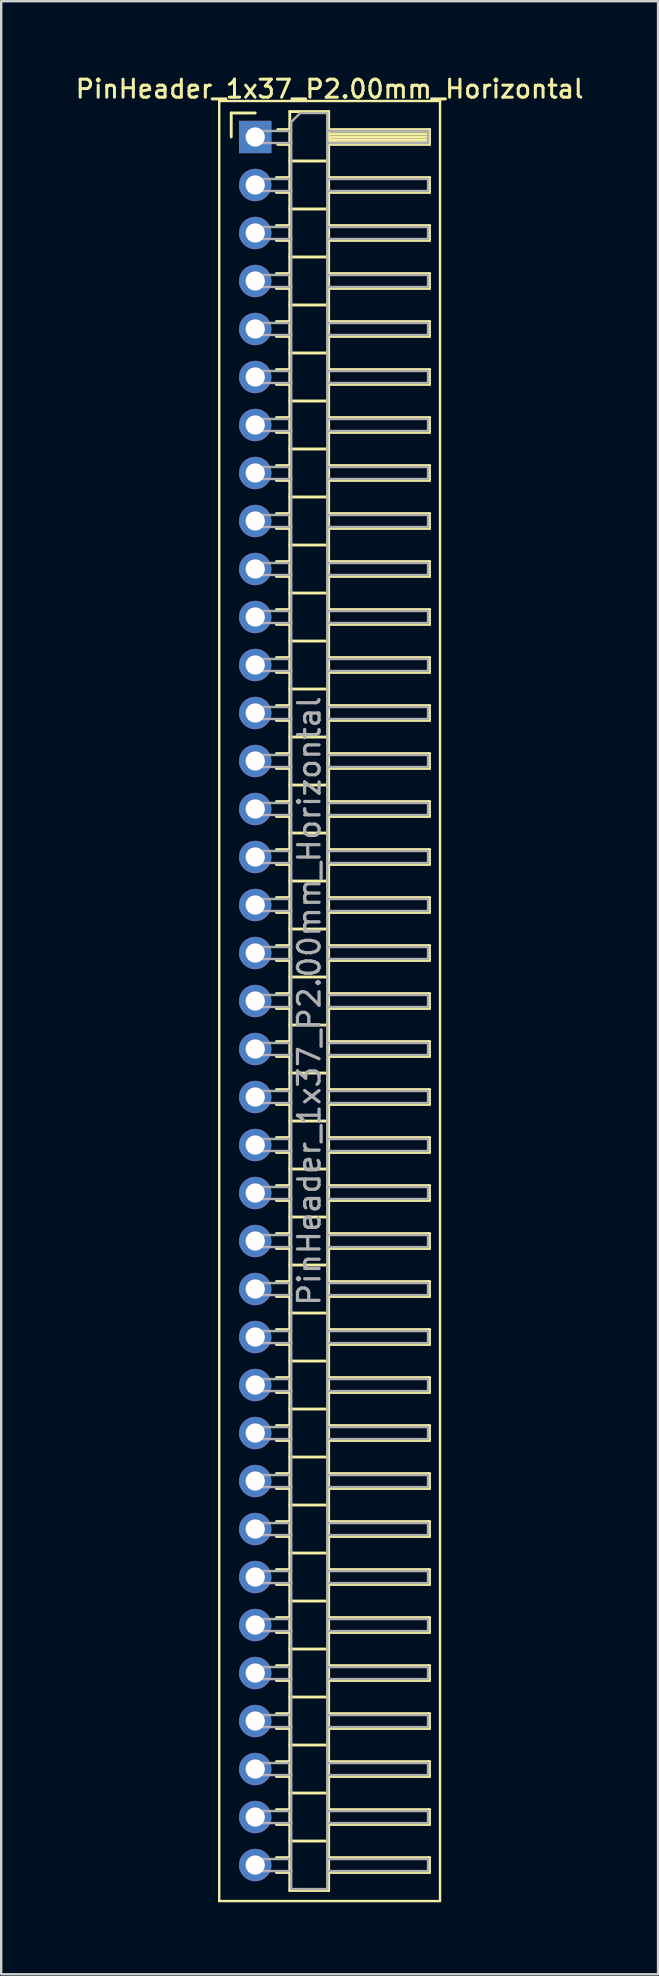
<source format=kicad_pcb>
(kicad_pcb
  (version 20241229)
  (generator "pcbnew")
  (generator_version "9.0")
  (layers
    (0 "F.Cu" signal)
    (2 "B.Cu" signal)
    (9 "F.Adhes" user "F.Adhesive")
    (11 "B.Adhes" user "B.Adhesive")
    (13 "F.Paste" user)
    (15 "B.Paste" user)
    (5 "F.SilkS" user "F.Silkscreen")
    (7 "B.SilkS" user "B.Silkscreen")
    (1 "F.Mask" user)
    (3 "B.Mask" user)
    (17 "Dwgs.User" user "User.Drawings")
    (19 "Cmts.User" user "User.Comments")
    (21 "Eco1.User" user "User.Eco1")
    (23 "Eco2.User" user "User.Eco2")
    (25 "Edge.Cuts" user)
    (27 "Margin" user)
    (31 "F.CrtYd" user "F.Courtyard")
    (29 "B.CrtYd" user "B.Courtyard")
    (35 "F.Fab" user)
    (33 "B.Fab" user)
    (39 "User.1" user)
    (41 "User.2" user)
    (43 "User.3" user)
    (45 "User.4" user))
  (footprint "PinHeader_1x37_P2.00mm_Horizontal"
    (layer "F.Cu")
    (at 7.584 2.658)
    (property "Reference" "PinHeader_1x37_P2.00mm_Horizontal" (at 3.1 -2 0) (layer "F.SilkS") (effects (font (size 0.75 0.75) (thickness 0.125))))
    (attr through_hole)
    (fp_line (start -1.5 -1.5) (end -1.5 73.5) (stroke (width 0.1) (type solid)) (layer "F.SilkS"))
    (fp_line (start -1.5 73.5) (end 7.7 73.5) (stroke (width 0.1) (type solid)) (layer "F.SilkS"))
    (fp_line (start -1 -1) (end 0 -1) (stroke (width 0.12) (type solid)) (layer "F.SilkS"))
    (fp_line (start -1 0) (end -1 -1) (stroke (width 0.12) (type solid)) (layer "F.SilkS"))
    (fp_line (start 0.882 1.69) (end 1.44 1.69) (stroke (width 0.12) (type solid)) (layer "F.SilkS"))
    (fp_line (start 0.882 2.31) (end 1.44 2.31) (stroke (width 0.12) (type solid)) (layer "F.SilkS"))
    (fp_line (start 0.882 3.69) (end 1.44 3.69) (stroke (width 0.12) (type solid)) (layer "F.SilkS"))
    (fp_line (start 0.882 4.31) (end 1.44 4.31) (stroke (width 0.12) (type solid)) (layer "F.SilkS"))
    (fp_line (start 0.882 5.69) (end 1.44 5.69) (stroke (width 0.12) (type solid)) (layer "F.SilkS"))
    (fp_line (start 0.882 6.31) (end 1.44 6.31) (stroke (width 0.12) (type solid)) (layer "F.SilkS"))
    (fp_line (start 0.882 7.69) (end 1.44 7.69) (stroke (width 0.12) (type solid)) (layer "F.SilkS"))
    (fp_line (start 0.882 8.31) (end 1.44 8.31) (stroke (width 0.12) (type solid)) (layer "F.SilkS"))
    (fp_line (start 0.882 9.69) (end 1.44 9.69) (stroke (width 0.12) (type solid)) (layer "F.SilkS"))
    (fp_line (start 0.882 10.31) (end 1.44 10.31) (stroke (width 0.12) (type solid)) (layer "F.SilkS"))
    (fp_line (start 0.882 11.69) (end 1.44 11.69) (stroke (width 0.12) (type solid)) (layer "F.SilkS"))
    (fp_line (start 0.882 12.31) (end 1.44 12.31) (stroke (width 0.12) (type solid)) (layer "F.SilkS"))
    (fp_line (start 0.882 13.69) (end 1.44 13.69) (stroke (width 0.12) (type solid)) (layer "F.SilkS"))
    (fp_line (start 0.882 14.31) (end 1.44 14.31) (stroke (width 0.12) (type solid)) (layer "F.SilkS"))
    (fp_line (start 0.882 15.69) (end 1.44 15.69) (stroke (width 0.12) (type solid)) (layer "F.SilkS"))
    (fp_line (start 0.882 16.31) (end 1.44 16.31) (stroke (width 0.12) (type solid)) (layer "F.SilkS"))
    (fp_line (start 0.882 17.69) (end 1.44 17.69) (stroke (width 0.12) (type solid)) (layer "F.SilkS"))
    (fp_line (start 0.882 18.31) (end 1.44 18.31) (stroke (width 0.12) (type solid)) (layer "F.SilkS"))
    (fp_line (start 0.882 19.69) (end 1.44 19.69) (stroke (width 0.12) (type solid)) (layer "F.SilkS"))
    (fp_line (start 0.882 20.31) (end 1.44 20.31) (stroke (width 0.12) (type solid)) (layer "F.SilkS"))
    (fp_line (start 0.882 21.69) (end 1.44 21.69) (stroke (width 0.12) (type solid)) (layer "F.SilkS"))
    (fp_line (start 0.882 22.31) (end 1.44 22.31) (stroke (width 0.12) (type solid)) (layer "F.SilkS"))
    (fp_line (start 0.882 23.69) (end 1.44 23.69) (stroke (width 0.12) (type solid)) (layer "F.SilkS"))
    (fp_line (start 0.882 24.31) (end 1.44 24.31) (stroke (width 0.12) (type solid)) (layer "F.SilkS"))
    (fp_line (start 0.882 25.69) (end 1.44 25.69) (stroke (width 0.12) (type solid)) (layer "F.SilkS"))
    (fp_line (start 0.882 26.31) (end 1.44 26.31) (stroke (width 0.12) (type solid)) (layer "F.SilkS"))
    (fp_line (start 0.882 27.69) (end 1.44 27.69) (stroke (width 0.12) (type solid)) (layer "F.SilkS"))
    (fp_line (start 0.882 28.31) (end 1.44 28.31) (stroke (width 0.12) (type solid)) (layer "F.SilkS"))
    (fp_line (start 0.882 29.69) (end 1.44 29.69) (stroke (width 0.12) (type solid)) (layer "F.SilkS"))
    (fp_line (start 0.882 30.31) (end 1.44 30.31) (stroke (width 0.12) (type solid)) (layer "F.SilkS"))
    (fp_line (start 0.882 31.69) (end 1.44 31.69) (stroke (width 0.12) (type solid)) (layer "F.SilkS"))
    (fp_line (start 0.882 32.31) (end 1.44 32.31) (stroke (width 0.12) (type solid)) (layer "F.SilkS"))
    (fp_line (start 0.882 33.69) (end 1.44 33.69) (stroke (width 0.12) (type solid)) (layer "F.SilkS"))
    (fp_line (start 0.882 34.31) (end 1.44 34.31) (stroke (width 0.12) (type solid)) (layer "F.SilkS"))
    (fp_line (start 0.882 35.69) (end 1.44 35.69) (stroke (width 0.12) (type solid)) (layer "F.SilkS"))
    (fp_line (start 0.882 36.31) (end 1.44 36.31) (stroke (width 0.12) (type solid)) (layer "F.SilkS"))
    (fp_line (start 0.882 37.69) (end 1.44 37.69) (stroke (width 0.12) (type solid)) (layer "F.SilkS"))
    (fp_line (start 0.882 38.31) (end 1.44 38.31) (stroke (width 0.12) (type solid)) (layer "F.SilkS"))
    (fp_line (start 0.882 39.69) (end 1.44 39.69) (stroke (width 0.12) (type solid)) (layer "F.SilkS"))
    (fp_line (start 0.882 40.31) (end 1.44 40.31) (stroke (width 0.12) (type solid)) (layer "F.SilkS"))
    (fp_line (start 0.882 41.69) (end 1.44 41.69) (stroke (width 0.12) (type solid)) (layer "F.SilkS"))
    (fp_line (start 0.882 42.31) (end 1.44 42.31) (stroke (width 0.12) (type solid)) (layer "F.SilkS"))
    (fp_line (start 0.882 43.69) (end 1.44 43.69) (stroke (width 0.12) (type solid)) (layer "F.SilkS"))
    (fp_line (start 0.882 44.31) (end 1.44 44.31) (stroke (width 0.12) (type solid)) (layer "F.SilkS"))
    (fp_line (start 0.882 45.69) (end 1.44 45.69) (stroke (width 0.12) (type solid)) (layer "F.SilkS"))
    (fp_line (start 0.882 46.31) (end 1.44 46.31) (stroke (width 0.12) (type solid)) (layer "F.SilkS"))
    (fp_line (start 0.882 47.69) (end 1.44 47.69) (stroke (width 0.12) (type solid)) (layer "F.SilkS"))
    (fp_line (start 0.882 48.31) (end 1.44 48.31) (stroke (width 0.12) (type solid)) (layer "F.SilkS"))
    (fp_line (start 0.882 49.69) (end 1.44 49.69) (stroke (width 0.12) (type solid)) (layer "F.SilkS"))
    (fp_line (start 0.882 50.31) (end 1.44 50.31) (stroke (width 0.12) (type solid)) (layer "F.SilkS"))
    (fp_line (start 0.882 51.69) (end 1.44 51.69) (stroke (width 0.12) (type solid)) (layer "F.SilkS"))
    (fp_line (start 0.882 52.31) (end 1.44 52.31) (stroke (width 0.12) (type solid)) (layer "F.SilkS"))
    (fp_line (start 0.882 53.69) (end 1.44 53.69) (stroke (width 0.12) (type solid)) (layer "F.SilkS"))
    (fp_line (start 0.882 54.31) (end 1.44 54.31) (stroke (width 0.12) (type solid)) (layer "F.SilkS"))
    (fp_line (start 0.882 55.69) (end 1.44 55.69) (stroke (width 0.12) (type solid)) (layer "F.SilkS"))
    (fp_line (start 0.882 56.31) (end 1.44 56.31) (stroke (width 0.12) (type solid)) (layer "F.SilkS"))
    (fp_line (start 0.882 57.69) (end 1.44 57.69) (stroke (width 0.12) (type solid)) (layer "F.SilkS"))
    (fp_line (start 0.882 58.31) (end 1.44 58.31) (stroke (width 0.12) (type solid)) (layer "F.SilkS"))
    (fp_line (start 0.882 59.69) (end 1.44 59.69) (stroke (width 0.12) (type solid)) (layer "F.SilkS"))
    (fp_line (start 0.882 60.31) (end 1.44 60.31) (stroke (width 0.12) (type solid)) (layer "F.SilkS"))
    (fp_line (start 0.882 61.69) (end 1.44 61.69) (stroke (width 0.12) (type solid)) (layer "F.SilkS"))
    (fp_line (start 0.882 62.31) (end 1.44 62.31) (stroke (width 0.12) (type solid)) (layer "F.SilkS"))
    (fp_line (start 0.882 63.69) (end 1.44 63.69) (stroke (width 0.12) (type solid)) (layer "F.SilkS"))
    (fp_line (start 0.882 64.31) (end 1.44 64.31) (stroke (width 0.12) (type solid)) (layer "F.SilkS"))
    (fp_line (start 0.882 65.69) (end 1.44 65.69) (stroke (width 0.12) (type solid)) (layer "F.SilkS"))
    (fp_line (start 0.882 66.31) (end 1.44 66.31) (stroke (width 0.12) (type solid)) (layer "F.SilkS"))
    (fp_line (start 0.882 67.69) (end 1.44 67.69) (stroke (width 0.12) (type solid)) (layer "F.SilkS"))
    (fp_line (start 0.882 68.31) (end 1.44 68.31) (stroke (width 0.12) (type solid)) (layer "F.SilkS"))
    (fp_line (start 0.882 69.69) (end 1.44 69.69) (stroke (width 0.12) (type solid)) (layer "F.SilkS"))
    (fp_line (start 0.882 70.31) (end 1.44 70.31) (stroke (width 0.12) (type solid)) (layer "F.SilkS"))
    (fp_line (start 0.882 71.69) (end 1.44 71.69) (stroke (width 0.12) (type solid)) (layer "F.SilkS"))
    (fp_line (start 0.882 72.31) (end 1.44 72.31) (stroke (width 0.12) (type solid)) (layer "F.SilkS"))
    (fp_line (start 0.935 -0.31) (end 1.44 -0.31) (stroke (width 0.12) (type solid)) (layer "F.SilkS"))
    (fp_line (start 0.935 0.31) (end 1.44 0.31) (stroke (width 0.12) (type solid)) (layer "F.SilkS"))
    (fp_line (start 1.44 -1.06) (end 1.44 73.06) (stroke (width 0.12) (type solid)) (layer "F.SilkS"))
    (fp_line (start 1.44 1) (end 3.06 1) (stroke (width 0.12) (type solid)) (layer "F.SilkS"))
    (fp_line (start 1.44 3) (end 3.06 3) (stroke (width 0.12) (type solid)) (layer "F.SilkS"))
    (fp_line (start 1.44 5) (end 3.06 5) (stroke (width 0.12) (type solid)) (layer "F.SilkS"))
    (fp_line (start 1.44 7) (end 3.06 7) (stroke (width 0.12) (type solid)) (layer "F.SilkS"))
    (fp_line (start 1.44 9) (end 3.06 9) (stroke (width 0.12) (type solid)) (layer "F.SilkS"))
    (fp_line (start 1.44 11) (end 3.06 11) (stroke (width 0.12) (type solid)) (layer "F.SilkS"))
    (fp_line (start 1.44 13) (end 3.06 13) (stroke (width 0.12) (type solid)) (layer "F.SilkS"))
    (fp_line (start 1.44 15) (end 3.06 15) (stroke (width 0.12) (type solid)) (layer "F.SilkS"))
    (fp_line (start 1.44 17) (end 3.06 17) (stroke (width 0.12) (type solid)) (layer "F.SilkS"))
    (fp_line (start 1.44 19) (end 3.06 19) (stroke (width 0.12) (type solid)) (layer "F.SilkS"))
    (fp_line (start 1.44 21) (end 3.06 21) (stroke (width 0.12) (type solid)) (layer "F.SilkS"))
    (fp_line (start 1.44 23) (end 3.06 23) (stroke (width 0.12) (type solid)) (layer "F.SilkS"))
    (fp_line (start 1.44 25) (end 3.06 25) (stroke (width 0.12) (type solid)) (layer "F.SilkS"))
    (fp_line (start 1.44 27) (end 3.06 27) (stroke (width 0.12) (type solid)) (layer "F.SilkS"))
    (fp_line (start 1.44 29) (end 3.06 29) (stroke (width 0.12) (type solid)) (layer "F.SilkS"))
    (fp_line (start 1.44 31) (end 3.06 31) (stroke (width 0.12) (type solid)) (layer "F.SilkS"))
    (fp_line (start 1.44 33) (end 3.06 33) (stroke (width 0.12) (type solid)) (layer "F.SilkS"))
    (fp_line (start 1.44 35) (end 3.06 35) (stroke (width 0.12) (type solid)) (layer "F.SilkS"))
    (fp_line (start 1.44 37) (end 3.06 37) (stroke (width 0.12) (type solid)) (layer "F.SilkS"))
    (fp_line (start 1.44 39) (end 3.06 39) (stroke (width 0.12) (type solid)) (layer "F.SilkS"))
    (fp_line (start 1.44 41) (end 3.06 41) (stroke (width 0.12) (type solid)) (layer "F.SilkS"))
    (fp_line (start 1.44 43) (end 3.06 43) (stroke (width 0.12) (type solid)) (layer "F.SilkS"))
    (fp_line (start 1.44 45) (end 3.06 45) (stroke (width 0.12) (type solid)) (layer "F.SilkS"))
    (fp_line (start 1.44 47) (end 3.06 47) (stroke (width 0.12) (type solid)) (layer "F.SilkS"))
    (fp_line (start 1.44 49) (end 3.06 49) (stroke (width 0.12) (type solid)) (layer "F.SilkS"))
    (fp_line (start 1.44 51) (end 3.06 51) (stroke (width 0.12) (type solid)) (layer "F.SilkS"))
    (fp_line (start 1.44 53) (end 3.06 53) (stroke (width 0.12) (type solid)) (layer "F.SilkS"))
    (fp_line (start 1.44 55) (end 3.06 55) (stroke (width 0.12) (type solid)) (layer "F.SilkS"))
    (fp_line (start 1.44 57) (end 3.06 57) (stroke (width 0.12) (type solid)) (layer "F.SilkS"))
    (fp_line (start 1.44 59) (end 3.06 59) (stroke (width 0.12) (type solid)) (layer "F.SilkS"))
    (fp_line (start 1.44 61) (end 3.06 61) (stroke (width 0.12) (type solid)) (layer "F.SilkS"))
    (fp_line (start 1.44 63) (end 3.06 63) (stroke (width 0.12) (type solid)) (layer "F.SilkS"))
    (fp_line (start 1.44 65) (end 3.06 65) (stroke (width 0.12) (type solid)) (layer "F.SilkS"))
    (fp_line (start 1.44 67) (end 3.06 67) (stroke (width 0.12) (type solid)) (layer "F.SilkS"))
    (fp_line (start 1.44 69) (end 3.06 69) (stroke (width 0.12) (type solid)) (layer "F.SilkS"))
    (fp_line (start 1.44 71) (end 3.06 71) (stroke (width 0.12) (type solid)) (layer "F.SilkS"))
    (fp_line (start 1.44 73.06) (end 3.06 73.06) (stroke (width 0.12) (type solid)) (layer "F.SilkS"))
    (fp_line (start 3.06 -1.06) (end 1.44 -1.06) (stroke (width 0.12) (type solid)) (layer "F.SilkS"))
    (fp_line (start 3.06 -0.31) (end 7.26 -0.31) (stroke (width 0.12) (type solid)) (layer "F.SilkS"))
    (fp_line (start 3.06 -0.25) (end 7.26 -0.25) (stroke (width 0.12) (type solid)) (layer "F.SilkS"))
    (fp_line (start 3.06 -0.13) (end 7.26 -0.13) (stroke (width 0.12) (type solid)) (layer "F.SilkS"))
    (fp_line (start 3.06 -0.01) (end 7.26 -0.01) (stroke (width 0.12) (type solid)) (layer "F.SilkS"))
    (fp_line (start 3.06 0.11) (end 7.26 0.11) (stroke (width 0.12) (type solid)) (layer "F.SilkS"))
    (fp_line (start 3.06 0.23) (end 7.26 0.23) (stroke (width 0.12) (type solid)) (layer "F.SilkS"))
    (fp_line (start 3.06 1.69) (end 7.26 1.69) (stroke (width 0.12) (type solid)) (layer "F.SilkS"))
    (fp_line (start 3.06 3.69) (end 7.26 3.69) (stroke (width 0.12) (type solid)) (layer "F.SilkS"))
    (fp_line (start 3.06 5.69) (end 7.26 5.69) (stroke (width 0.12) (type solid)) (layer "F.SilkS"))
    (fp_line (start 3.06 7.69) (end 7.26 7.69) (stroke (width 0.12) (type solid)) (layer "F.SilkS"))
    (fp_line (start 3.06 9.69) (end 7.26 9.69) (stroke (width 0.12) (type solid)) (layer "F.SilkS"))
    (fp_line (start 3.06 11.69) (end 7.26 11.69) (stroke (width 0.12) (type solid)) (layer "F.SilkS"))
    (fp_line (start 3.06 13.69) (end 7.26 13.69) (stroke (width 0.12) (type solid)) (layer "F.SilkS"))
    (fp_line (start 3.06 15.69) (end 7.26 15.69) (stroke (width 0.12) (type solid)) (layer "F.SilkS"))
    (fp_line (start 3.06 17.69) (end 7.26 17.69) (stroke (width 0.12) (type solid)) (layer "F.SilkS"))
    (fp_line (start 3.06 19.69) (end 7.26 19.69) (stroke (width 0.12) (type solid)) (layer "F.SilkS"))
    (fp_line (start 3.06 21.69) (end 7.26 21.69) (stroke (width 0.12) (type solid)) (layer "F.SilkS"))
    (fp_line (start 3.06 23.69) (end 7.26 23.69) (stroke (width 0.12) (type solid)) (layer "F.SilkS"))
    (fp_line (start 3.06 25.69) (end 7.26 25.69) (stroke (width 0.12) (type solid)) (layer "F.SilkS"))
    (fp_line (start 3.06 27.69) (end 7.26 27.69) (stroke (width 0.12) (type solid)) (layer "F.SilkS"))
    (fp_line (start 3.06 29.69) (end 7.26 29.69) (stroke (width 0.12) (type solid)) (layer "F.SilkS"))
    (fp_line (start 3.06 31.69) (end 7.26 31.69) (stroke (width 0.12) (type solid)) (layer "F.SilkS"))
    (fp_line (start 3.06 33.69) (end 7.26 33.69) (stroke (width 0.12) (type solid)) (layer "F.SilkS"))
    (fp_line (start 3.06 35.69) (end 7.26 35.69) (stroke (width 0.12) (type solid)) (layer "F.SilkS"))
    (fp_line (start 3.06 37.69) (end 7.26 37.69) (stroke (width 0.12) (type solid)) (layer "F.SilkS"))
    (fp_line (start 3.06 39.69) (end 7.26 39.69) (stroke (width 0.12) (type solid)) (layer "F.SilkS"))
    (fp_line (start 3.06 41.69) (end 7.26 41.69) (stroke (width 0.12) (type solid)) (layer "F.SilkS"))
    (fp_line (start 3.06 43.69) (end 7.26 43.69) (stroke (width 0.12) (type solid)) (layer "F.SilkS"))
    (fp_line (start 3.06 45.69) (end 7.26 45.69) (stroke (width 0.12) (type solid)) (layer "F.SilkS"))
    (fp_line (start 3.06 47.69) (end 7.26 47.69) (stroke (width 0.12) (type solid)) (layer "F.SilkS"))
    (fp_line (start 3.06 49.69) (end 7.26 49.69) (stroke (width 0.12) (type solid)) (layer "F.SilkS"))
    (fp_line (start 3.06 51.69) (end 7.26 51.69) (stroke (width 0.12) (type solid)) (layer "F.SilkS"))
    (fp_line (start 3.06 53.69) (end 7.26 53.69) (stroke (width 0.12) (type solid)) (layer "F.SilkS"))
    (fp_line (start 3.06 55.69) (end 7.26 55.69) (stroke (width 0.12) (type solid)) (layer "F.SilkS"))
    (fp_line (start 3.06 57.69) (end 7.26 57.69) (stroke (width 0.12) (type solid)) (layer "F.SilkS"))
    (fp_line (start 3.06 59.69) (end 7.26 59.69) (stroke (width 0.12) (type solid)) (layer "F.SilkS"))
    (fp_line (start 3.06 61.69) (end 7.26 61.69) (stroke (width 0.12) (type solid)) (layer "F.SilkS"))
    (fp_line (start 3.06 63.69) (end 7.26 63.69) (stroke (width 0.12) (type solid)) (layer "F.SilkS"))
    (fp_line (start 3.06 65.69) (end 7.26 65.69) (stroke (width 0.12) (type solid)) (layer "F.SilkS"))
    (fp_line (start 3.06 67.69) (end 7.26 67.69) (stroke (width 0.12) (type solid)) (layer "F.SilkS"))
    (fp_line (start 3.06 69.69) (end 7.26 69.69) (stroke (width 0.12) (type solid)) (layer "F.SilkS"))
    (fp_line (start 3.06 71.69) (end 7.26 71.69) (stroke (width 0.12) (type solid)) (layer "F.SilkS"))
    (fp_line (start 3.06 73.06) (end 3.06 -1.06) (stroke (width 0.12) (type solid)) (layer "F.SilkS"))
    (fp_line (start 7.26 -0.31) (end 7.26 0.31) (stroke (width 0.12) (type solid)) (layer "F.SilkS"))
    (fp_line (start 7.26 0.31) (end 3.06 0.31) (stroke (width 0.12) (type solid)) (layer "F.SilkS"))
    (fp_line (start 7.26 1.69) (end 7.26 2.31) (stroke (width 0.12) (type solid)) (layer "F.SilkS"))
    (fp_line (start 7.26 2.31) (end 3.06 2.31) (stroke (width 0.12) (type solid)) (layer "F.SilkS"))
    (fp_line (start 7.26 3.69) (end 7.26 4.31) (stroke (width 0.12) (type solid)) (layer "F.SilkS"))
    (fp_line (start 7.26 4.31) (end 3.06 4.31) (stroke (width 0.12) (type solid)) (layer "F.SilkS"))
    (fp_line (start 7.26 5.69) (end 7.26 6.31) (stroke (width 0.12) (type solid)) (layer "F.SilkS"))
    (fp_line (start 7.26 6.31) (end 3.06 6.31) (stroke (width 0.12) (type solid)) (layer "F.SilkS"))
    (fp_line (start 7.26 7.69) (end 7.26 8.31) (stroke (width 0.12) (type solid)) (layer "F.SilkS"))
    (fp_line (start 7.26 8.31) (end 3.06 8.31) (stroke (width 0.12) (type solid)) (layer "F.SilkS"))
    (fp_line (start 7.26 9.69) (end 7.26 10.31) (stroke (width 0.12) (type solid)) (layer "F.SilkS"))
    (fp_line (start 7.26 10.31) (end 3.06 10.31) (stroke (width 0.12) (type solid)) (layer "F.SilkS"))
    (fp_line (start 7.26 11.69) (end 7.26 12.31) (stroke (width 0.12) (type solid)) (layer "F.SilkS"))
    (fp_line (start 7.26 12.31) (end 3.06 12.31) (stroke (width 0.12) (type solid)) (layer "F.SilkS"))
    (fp_line (start 7.26 13.69) (end 7.26 14.31) (stroke (width 0.12) (type solid)) (layer "F.SilkS"))
    (fp_line (start 7.26 14.31) (end 3.06 14.31) (stroke (width 0.12) (type solid)) (layer "F.SilkS"))
    (fp_line (start 7.26 15.69) (end 7.26 16.31) (stroke (width 0.12) (type solid)) (layer "F.SilkS"))
    (fp_line (start 7.26 16.31) (end 3.06 16.31) (stroke (width 0.12) (type solid)) (layer "F.SilkS"))
    (fp_line (start 7.26 17.69) (end 7.26 18.31) (stroke (width 0.12) (type solid)) (layer "F.SilkS"))
    (fp_line (start 7.26 18.31) (end 3.06 18.31) (stroke (width 0.12) (type solid)) (layer "F.SilkS"))
    (fp_line (start 7.26 19.69) (end 7.26 20.31) (stroke (width 0.12) (type solid)) (layer "F.SilkS"))
    (fp_line (start 7.26 20.31) (end 3.06 20.31) (stroke (width 0.12) (type solid)) (layer "F.SilkS"))
    (fp_line (start 7.26 21.69) (end 7.26 22.31) (stroke (width 0.12) (type solid)) (layer "F.SilkS"))
    (fp_line (start 7.26 22.31) (end 3.06 22.31) (stroke (width 0.12) (type solid)) (layer "F.SilkS"))
    (fp_line (start 7.26 23.69) (end 7.26 24.31) (stroke (width 0.12) (type solid)) (layer "F.SilkS"))
    (fp_line (start 7.26 24.31) (end 3.06 24.31) (stroke (width 0.12) (type solid)) (layer "F.SilkS"))
    (fp_line (start 7.26 25.69) (end 7.26 26.31) (stroke (width 0.12) (type solid)) (layer "F.SilkS"))
    (fp_line (start 7.26 26.31) (end 3.06 26.31) (stroke (width 0.12) (type solid)) (layer "F.SilkS"))
    (fp_line (start 7.26 27.69) (end 7.26 28.31) (stroke (width 0.12) (type solid)) (layer "F.SilkS"))
    (fp_line (start 7.26 28.31) (end 3.06 28.31) (stroke (width 0.12) (type solid)) (layer "F.SilkS"))
    (fp_line (start 7.26 29.69) (end 7.26 30.31) (stroke (width 0.12) (type solid)) (layer "F.SilkS"))
    (fp_line (start 7.26 30.31) (end 3.06 30.31) (stroke (width 0.12) (type solid)) (layer "F.SilkS"))
    (fp_line (start 7.26 31.69) (end 7.26 32.31) (stroke (width 0.12) (type solid)) (layer "F.SilkS"))
    (fp_line (start 7.26 32.31) (end 3.06 32.31) (stroke (width 0.12) (type solid)) (layer "F.SilkS"))
    (fp_line (start 7.26 33.69) (end 7.26 34.31) (stroke (width 0.12) (type solid)) (layer "F.SilkS"))
    (fp_line (start 7.26 34.31) (end 3.06 34.31) (stroke (width 0.12) (type solid)) (layer "F.SilkS"))
    (fp_line (start 7.26 35.69) (end 7.26 36.31) (stroke (width 0.12) (type solid)) (layer "F.SilkS"))
    (fp_line (start 7.26 36.31) (end 3.06 36.31) (stroke (width 0.12) (type solid)) (layer "F.SilkS"))
    (fp_line (start 7.26 37.69) (end 7.26 38.31) (stroke (width 0.12) (type solid)) (layer "F.SilkS"))
    (fp_line (start 7.26 38.31) (end 3.06 38.31) (stroke (width 0.12) (type solid)) (layer "F.SilkS"))
    (fp_line (start 7.26 39.69) (end 7.26 40.31) (stroke (width 0.12) (type solid)) (layer "F.SilkS"))
    (fp_line (start 7.26 40.31) (end 3.06 40.31) (stroke (width 0.12) (type solid)) (layer "F.SilkS"))
    (fp_line (start 7.26 41.69) (end 7.26 42.31) (stroke (width 0.12) (type solid)) (layer "F.SilkS"))
    (fp_line (start 7.26 42.31) (end 3.06 42.31) (stroke (width 0.12) (type solid)) (layer "F.SilkS"))
    (fp_line (start 7.26 43.69) (end 7.26 44.31) (stroke (width 0.12) (type solid)) (layer "F.SilkS"))
    (fp_line (start 7.26 44.31) (end 3.06 44.31) (stroke (width 0.12) (type solid)) (layer "F.SilkS"))
    (fp_line (start 7.26 45.69) (end 7.26 46.31) (stroke (width 0.12) (type solid)) (layer "F.SilkS"))
    (fp_line (start 7.26 46.31) (end 3.06 46.31) (stroke (width 0.12) (type solid)) (layer "F.SilkS"))
    (fp_line (start 7.26 47.69) (end 7.26 48.31) (stroke (width 0.12) (type solid)) (layer "F.SilkS"))
    (fp_line (start 7.26 48.31) (end 3.06 48.31) (stroke (width 0.12) (type solid)) (layer "F.SilkS"))
    (fp_line (start 7.26 49.69) (end 7.26 50.31) (stroke (width 0.12) (type solid)) (layer "F.SilkS"))
    (fp_line (start 7.26 50.31) (end 3.06 50.31) (stroke (width 0.12) (type solid)) (layer "F.SilkS"))
    (fp_line (start 7.26 51.69) (end 7.26 52.31) (stroke (width 0.12) (type solid)) (layer "F.SilkS"))
    (fp_line (start 7.26 52.31) (end 3.06 52.31) (stroke (width 0.12) (type solid)) (layer "F.SilkS"))
    (fp_line (start 7.26 53.69) (end 7.26 54.31) (stroke (width 0.12) (type solid)) (layer "F.SilkS"))
    (fp_line (start 7.26 54.31) (end 3.06 54.31) (stroke (width 0.12) (type solid)) (layer "F.SilkS"))
    (fp_line (start 7.26 55.69) (end 7.26 56.31) (stroke (width 0.12) (type solid)) (layer "F.SilkS"))
    (fp_line (start 7.26 56.31) (end 3.06 56.31) (stroke (width 0.12) (type solid)) (layer "F.SilkS"))
    (fp_line (start 7.26 57.69) (end 7.26 58.31) (stroke (width 0.12) (type solid)) (layer "F.SilkS"))
    (fp_line (start 7.26 58.31) (end 3.06 58.31) (stroke (width 0.12) (type solid)) (layer "F.SilkS"))
    (fp_line (start 7.26 59.69) (end 7.26 60.31) (stroke (width 0.12) (type solid)) (layer "F.SilkS"))
    (fp_line (start 7.26 60.31) (end 3.06 60.31) (stroke (width 0.12) (type solid)) (layer "F.SilkS"))
    (fp_line (start 7.26 61.69) (end 7.26 62.31) (stroke (width 0.12) (type solid)) (layer "F.SilkS"))
    (fp_line (start 7.26 62.31) (end 3.06 62.31) (stroke (width 0.12) (type solid)) (layer "F.SilkS"))
    (fp_line (start 7.26 63.69) (end 7.26 64.31) (stroke (width 0.12) (type solid)) (layer "F.SilkS"))
    (fp_line (start 7.26 64.31) (end 3.06 64.31) (stroke (width 0.12) (type solid)) (layer "F.SilkS"))
    (fp_line (start 7.26 65.69) (end 7.26 66.31) (stroke (width 0.12) (type solid)) (layer "F.SilkS"))
    (fp_line (start 7.26 66.31) (end 3.06 66.31) (stroke (width 0.12) (type solid)) (layer "F.SilkS"))
    (fp_line (start 7.26 67.69) (end 7.26 68.31) (stroke (width 0.12) (type solid)) (layer "F.SilkS"))
    (fp_line (start 7.26 68.31) (end 3.06 68.31) (stroke (width 0.12) (type solid)) (layer "F.SilkS"))
    (fp_line (start 7.26 69.69) (end 7.26 70.31) (stroke (width 0.12) (type solid)) (layer "F.SilkS"))
    (fp_line (start 7.26 70.31) (end 3.06 70.31) (stroke (width 0.12) (type solid)) (layer "F.SilkS"))
    (fp_line (start 7.26 71.69) (end 7.26 72.31) (stroke (width 0.12) (type solid)) (layer "F.SilkS"))
    (fp_line (start 7.26 72.31) (end 3.06 72.31) (stroke (width 0.12) (type solid)) (layer "F.SilkS"))
    (fp_line (start 7.7 -1.5) (end -1.5 -1.5) (stroke (width 0.1) (type solid)) (layer "F.SilkS"))
    (fp_line (start 7.7 73.5) (end 7.7 -1.5) (stroke (width 0.1) (type solid)) (layer "F.SilkS"))
    (fp_line (start -0.25 -0.25) (end -0.25 0.25) (stroke (width 0.1) (type solid)) (layer "F.Fab"))
    (fp_line (start -0.25 -0.25) (end 1.5 -0.25) (stroke (width 0.1) (type solid)) (layer "F.Fab"))
    (fp_line (start -0.25 0.25) (end 1.5 0.25) (stroke (width 0.1) (type solid)) (layer "F.Fab"))
    (fp_line (start -0.25 1.75) (end -0.25 2.25) (stroke (width 0.1) (type solid)) (layer "F.Fab"))
    (fp_line (start -0.25 1.75) (end 1.5 1.75) (stroke (width 0.1) (type solid)) (layer "F.Fab"))
    (fp_line (start -0.25 2.25) (end 1.5 2.25) (stroke (width 0.1) (type solid)) (layer "F.Fab"))
    (fp_line (start -0.25 3.75) (end -0.25 4.25) (stroke (width 0.1) (type solid)) (layer "F.Fab"))
    (fp_line (start -0.25 3.75) (end 1.5 3.75) (stroke (width 0.1) (type solid)) (layer "F.Fab"))
    (fp_line (start -0.25 4.25) (end 1.5 4.25) (stroke (width 0.1) (type solid)) (layer "F.Fab"))
    (fp_line (start -0.25 5.75) (end -0.25 6.25) (stroke (width 0.1) (type solid)) (layer "F.Fab"))
    (fp_line (start -0.25 5.75) (end 1.5 5.75) (stroke (width 0.1) (type solid)) (layer "F.Fab"))
    (fp_line (start -0.25 6.25) (end 1.5 6.25) (stroke (width 0.1) (type solid)) (layer "F.Fab"))
    (fp_line (start -0.25 7.75) (end -0.25 8.25) (stroke (width 0.1) (type solid)) (layer "F.Fab"))
    (fp_line (start -0.25 7.75) (end 1.5 7.75) (stroke (width 0.1) (type solid)) (layer "F.Fab"))
    (fp_line (start -0.25 8.25) (end 1.5 8.25) (stroke (width 0.1) (type solid)) (layer "F.Fab"))
    (fp_line (start -0.25 9.75) (end -0.25 10.25) (stroke (width 0.1) (type solid)) (layer "F.Fab"))
    (fp_line (start -0.25 9.75) (end 1.5 9.75) (stroke (width 0.1) (type solid)) (layer "F.Fab"))
    (fp_line (start -0.25 10.25) (end 1.5 10.25) (stroke (width 0.1) (type solid)) (layer "F.Fab"))
    (fp_line (start -0.25 11.75) (end -0.25 12.25) (stroke (width 0.1) (type solid)) (layer "F.Fab"))
    (fp_line (start -0.25 11.75) (end 1.5 11.75) (stroke (width 0.1) (type solid)) (layer "F.Fab"))
    (fp_line (start -0.25 12.25) (end 1.5 12.25) (stroke (width 0.1) (type solid)) (layer "F.Fab"))
    (fp_line (start -0.25 13.75) (end -0.25 14.25) (stroke (width 0.1) (type solid)) (layer "F.Fab"))
    (fp_line (start -0.25 13.75) (end 1.5 13.75) (stroke (width 0.1) (type solid)) (layer "F.Fab"))
    (fp_line (start -0.25 14.25) (end 1.5 14.25) (stroke (width 0.1) (type solid)) (layer "F.Fab"))
    (fp_line (start -0.25 15.75) (end -0.25 16.25) (stroke (width 0.1) (type solid)) (layer "F.Fab"))
    (fp_line (start -0.25 15.75) (end 1.5 15.75) (stroke (width 0.1) (type solid)) (layer "F.Fab"))
    (fp_line (start -0.25 16.25) (end 1.5 16.25) (stroke (width 0.1) (type solid)) (layer "F.Fab"))
    (fp_line (start -0.25 17.75) (end -0.25 18.25) (stroke (width 0.1) (type solid)) (layer "F.Fab"))
    (fp_line (start -0.25 17.75) (end 1.5 17.75) (stroke (width 0.1) (type solid)) (layer "F.Fab"))
    (fp_line (start -0.25 18.25) (end 1.5 18.25) (stroke (width 0.1) (type solid)) (layer "F.Fab"))
    (fp_line (start -0.25 19.75) (end -0.25 20.25) (stroke (width 0.1) (type solid)) (layer "F.Fab"))
    (fp_line (start -0.25 19.75) (end 1.5 19.75) (stroke (width 0.1) (type solid)) (layer "F.Fab"))
    (fp_line (start -0.25 20.25) (end 1.5 20.25) (stroke (width 0.1) (type solid)) (layer "F.Fab"))
    (fp_line (start -0.25 21.75) (end -0.25 22.25) (stroke (width 0.1) (type solid)) (layer "F.Fab"))
    (fp_line (start -0.25 21.75) (end 1.5 21.75) (stroke (width 0.1) (type solid)) (layer "F.Fab"))
    (fp_line (start -0.25 22.25) (end 1.5 22.25) (stroke (width 0.1) (type solid)) (layer "F.Fab"))
    (fp_line (start -0.25 23.75) (end -0.25 24.25) (stroke (width 0.1) (type solid)) (layer "F.Fab"))
    (fp_line (start -0.25 23.75) (end 1.5 23.75) (stroke (width 0.1) (type solid)) (layer "F.Fab"))
    (fp_line (start -0.25 24.25) (end 1.5 24.25) (stroke (width 0.1) (type solid)) (layer "F.Fab"))
    (fp_line (start -0.25 25.75) (end -0.25 26.25) (stroke (width 0.1) (type solid)) (layer "F.Fab"))
    (fp_line (start -0.25 25.75) (end 1.5 25.75) (stroke (width 0.1) (type solid)) (layer "F.Fab"))
    (fp_line (start -0.25 26.25) (end 1.5 26.25) (stroke (width 0.1) (type solid)) (layer "F.Fab"))
    (fp_line (start -0.25 27.75) (end -0.25 28.25) (stroke (width 0.1) (type solid)) (layer "F.Fab"))
    (fp_line (start -0.25 27.75) (end 1.5 27.75) (stroke (width 0.1) (type solid)) (layer "F.Fab"))
    (fp_line (start -0.25 28.25) (end 1.5 28.25) (stroke (width 0.1) (type solid)) (layer "F.Fab"))
    (fp_line (start -0.25 29.75) (end -0.25 30.25) (stroke (width 0.1) (type solid)) (layer "F.Fab"))
    (fp_line (start -0.25 29.75) (end 1.5 29.75) (stroke (width 0.1) (type solid)) (layer "F.Fab"))
    (fp_line (start -0.25 30.25) (end 1.5 30.25) (stroke (width 0.1) (type solid)) (layer "F.Fab"))
    (fp_line (start -0.25 31.75) (end -0.25 32.25) (stroke (width 0.1) (type solid)) (layer "F.Fab"))
    (fp_line (start -0.25 31.75) (end 1.5 31.75) (stroke (width 0.1) (type solid)) (layer "F.Fab"))
    (fp_line (start -0.25 32.25) (end 1.5 32.25) (stroke (width 0.1) (type solid)) (layer "F.Fab"))
    (fp_line (start -0.25 33.75) (end -0.25 34.25) (stroke (width 0.1) (type solid)) (layer "F.Fab"))
    (fp_line (start -0.25 33.75) (end 1.5 33.75) (stroke (width 0.1) (type solid)) (layer "F.Fab"))
    (fp_line (start -0.25 34.25) (end 1.5 34.25) (stroke (width 0.1) (type solid)) (layer "F.Fab"))
    (fp_line (start -0.25 35.75) (end -0.25 36.25) (stroke (width 0.1) (type solid)) (layer "F.Fab"))
    (fp_line (start -0.25 35.75) (end 1.5 35.75) (stroke (width 0.1) (type solid)) (layer "F.Fab"))
    (fp_line (start -0.25 36.25) (end 1.5 36.25) (stroke (width 0.1) (type solid)) (layer "F.Fab"))
    (fp_line (start -0.25 37.75) (end -0.25 38.25) (stroke (width 0.1) (type solid)) (layer "F.Fab"))
    (fp_line (start -0.25 37.75) (end 1.5 37.75) (stroke (width 0.1) (type solid)) (layer "F.Fab"))
    (fp_line (start -0.25 38.25) (end 1.5 38.25) (stroke (width 0.1) (type solid)) (layer "F.Fab"))
    (fp_line (start -0.25 39.75) (end -0.25 40.25) (stroke (width 0.1) (type solid)) (layer "F.Fab"))
    (fp_line (start -0.25 39.75) (end 1.5 39.75) (stroke (width 0.1) (type solid)) (layer "F.Fab"))
    (fp_line (start -0.25 40.25) (end 1.5 40.25) (stroke (width 0.1) (type solid)) (layer "F.Fab"))
    (fp_line (start -0.25 41.75) (end -0.25 42.25) (stroke (width 0.1) (type solid)) (layer "F.Fab"))
    (fp_line (start -0.25 41.75) (end 1.5 41.75) (stroke (width 0.1) (type solid)) (layer "F.Fab"))
    (fp_line (start -0.25 42.25) (end 1.5 42.25) (stroke (width 0.1) (type solid)) (layer "F.Fab"))
    (fp_line (start -0.25 43.75) (end -0.25 44.25) (stroke (width 0.1) (type solid)) (layer "F.Fab"))
    (fp_line (start -0.25 43.75) (end 1.5 43.75) (stroke (width 0.1) (type solid)) (layer "F.Fab"))
    (fp_line (start -0.25 44.25) (end 1.5 44.25) (stroke (width 0.1) (type solid)) (layer "F.Fab"))
    (fp_line (start -0.25 45.75) (end -0.25 46.25) (stroke (width 0.1) (type solid)) (layer "F.Fab"))
    (fp_line (start -0.25 45.75) (end 1.5 45.75) (stroke (width 0.1) (type solid)) (layer "F.Fab"))
    (fp_line (start -0.25 46.25) (end 1.5 46.25) (stroke (width 0.1) (type solid)) (layer "F.Fab"))
    (fp_line (start -0.25 47.75) (end -0.25 48.25) (stroke (width 0.1) (type solid)) (layer "F.Fab"))
    (fp_line (start -0.25 47.75) (end 1.5 47.75) (stroke (width 0.1) (type solid)) (layer "F.Fab"))
    (fp_line (start -0.25 48.25) (end 1.5 48.25) (stroke (width 0.1) (type solid)) (layer "F.Fab"))
    (fp_line (start -0.25 49.75) (end -0.25 50.25) (stroke (width 0.1) (type solid)) (layer "F.Fab"))
    (fp_line (start -0.25 49.75) (end 1.5 49.75) (stroke (width 0.1) (type solid)) (layer "F.Fab"))
    (fp_line (start -0.25 50.25) (end 1.5 50.25) (stroke (width 0.1) (type solid)) (layer "F.Fab"))
    (fp_line (start -0.25 51.75) (end -0.25 52.25) (stroke (width 0.1) (type solid)) (layer "F.Fab"))
    (fp_line (start -0.25 51.75) (end 1.5 51.75) (stroke (width 0.1) (type solid)) (layer "F.Fab"))
    (fp_line (start -0.25 52.25) (end 1.5 52.25) (stroke (width 0.1) (type solid)) (layer "F.Fab"))
    (fp_line (start -0.25 53.75) (end -0.25 54.25) (stroke (width 0.1) (type solid)) (layer "F.Fab"))
    (fp_line (start -0.25 53.75) (end 1.5 53.75) (stroke (width 0.1) (type solid)) (layer "F.Fab"))
    (fp_line (start -0.25 54.25) (end 1.5 54.25) (stroke (width 0.1) (type solid)) (layer "F.Fab"))
    (fp_line (start -0.25 55.75) (end -0.25 56.25) (stroke (width 0.1) (type solid)) (layer "F.Fab"))
    (fp_line (start -0.25 55.75) (end 1.5 55.75) (stroke (width 0.1) (type solid)) (layer "F.Fab"))
    (fp_line (start -0.25 56.25) (end 1.5 56.25) (stroke (width 0.1) (type solid)) (layer "F.Fab"))
    (fp_line (start -0.25 57.75) (end -0.25 58.25) (stroke (width 0.1) (type solid)) (layer "F.Fab"))
    (fp_line (start -0.25 57.75) (end 1.5 57.75) (stroke (width 0.1) (type solid)) (layer "F.Fab"))
    (fp_line (start -0.25 58.25) (end 1.5 58.25) (stroke (width 0.1) (type solid)) (layer "F.Fab"))
    (fp_line (start -0.25 59.75) (end -0.25 60.25) (stroke (width 0.1) (type solid)) (layer "F.Fab"))
    (fp_line (start -0.25 59.75) (end 1.5 59.75) (stroke (width 0.1) (type solid)) (layer "F.Fab"))
    (fp_line (start -0.25 60.25) (end 1.5 60.25) (stroke (width 0.1) (type solid)) (layer "F.Fab"))
    (fp_line (start -0.25 61.75) (end -0.25 62.25) (stroke (width 0.1) (type solid)) (layer "F.Fab"))
    (fp_line (start -0.25 61.75) (end 1.5 61.75) (stroke (width 0.1) (type solid)) (layer "F.Fab"))
    (fp_line (start -0.25 62.25) (end 1.5 62.25) (stroke (width 0.1) (type solid)) (layer "F.Fab"))
    (fp_line (start -0.25 63.75) (end -0.25 64.25) (stroke (width 0.1) (type solid)) (layer "F.Fab"))
    (fp_line (start -0.25 63.75) (end 1.5 63.75) (stroke (width 0.1) (type solid)) (layer "F.Fab"))
    (fp_line (start -0.25 64.25) (end 1.5 64.25) (stroke (width 0.1) (type solid)) (layer "F.Fab"))
    (fp_line (start -0.25 65.75) (end -0.25 66.25) (stroke (width 0.1) (type solid)) (layer "F.Fab"))
    (fp_line (start -0.25 65.75) (end 1.5 65.75) (stroke (width 0.1) (type solid)) (layer "F.Fab"))
    (fp_line (start -0.25 66.25) (end 1.5 66.25) (stroke (width 0.1) (type solid)) (layer "F.Fab"))
    (fp_line (start -0.25 67.75) (end -0.25 68.25) (stroke (width 0.1) (type solid)) (layer "F.Fab"))
    (fp_line (start -0.25 67.75) (end 1.5 67.75) (stroke (width 0.1) (type solid)) (layer "F.Fab"))
    (fp_line (start -0.25 68.25) (end 1.5 68.25) (stroke (width 0.1) (type solid)) (layer "F.Fab"))
    (fp_line (start -0.25 69.75) (end -0.25 70.25) (stroke (width 0.1) (type solid)) (layer "F.Fab"))
    (fp_line (start -0.25 69.75) (end 1.5 69.75) (stroke (width 0.1) (type solid)) (layer "F.Fab"))
    (fp_line (start -0.25 70.25) (end 1.5 70.25) (stroke (width 0.1) (type solid)) (layer "F.Fab"))
    (fp_line (start -0.25 71.75) (end -0.25 72.25) (stroke (width 0.1) (type solid)) (layer "F.Fab"))
    (fp_line (start -0.25 71.75) (end 1.5 71.75) (stroke (width 0.1) (type solid)) (layer "F.Fab"))
    (fp_line (start -0.25 72.25) (end 1.5 72.25) (stroke (width 0.1) (type solid)) (layer "F.Fab"))
    (fp_line (start 1.5 -0.625) (end 1.875 -1) (stroke (width 0.1) (type solid)) (layer "F.Fab"))
    (fp_line (start 1.5 73) (end 1.5 -0.625) (stroke (width 0.1) (type solid)) (layer "F.Fab"))
    (fp_line (start 1.875 -1) (end 3 -1) (stroke (width 0.1) (type solid)) (layer "F.Fab"))
    (fp_line (start 3 -1) (end 3 73) (stroke (width 0.1) (type solid)) (layer "F.Fab"))
    (fp_line (start 3 -0.25) (end 7.2 -0.25) (stroke (width 0.1) (type solid)) (layer "F.Fab"))
    (fp_line (start 3 0.25) (end 7.2 0.25) (stroke (width 0.1) (type solid)) (layer "F.Fab"))
    (fp_line (start 3 1.75) (end 7.2 1.75) (stroke (width 0.1) (type solid)) (layer "F.Fab"))
    (fp_line (start 3 2.25) (end 7.2 2.25) (stroke (width 0.1) (type solid)) (layer "F.Fab"))
    (fp_line (start 3 3.75) (end 7.2 3.75) (stroke (width 0.1) (type solid)) (layer "F.Fab"))
    (fp_line (start 3 4.25) (end 7.2 4.25) (stroke (width 0.1) (type solid)) (layer "F.Fab"))
    (fp_line (start 3 5.75) (end 7.2 5.75) (stroke (width 0.1) (type solid)) (layer "F.Fab"))
    (fp_line (start 3 6.25) (end 7.2 6.25) (stroke (width 0.1) (type solid)) (layer "F.Fab"))
    (fp_line (start 3 7.75) (end 7.2 7.75) (stroke (width 0.1) (type solid)) (layer "F.Fab"))
    (fp_line (start 3 8.25) (end 7.2 8.25) (stroke (width 0.1) (type solid)) (layer "F.Fab"))
    (fp_line (start 3 9.75) (end 7.2 9.75) (stroke (width 0.1) (type solid)) (layer "F.Fab"))
    (fp_line (start 3 10.25) (end 7.2 10.25) (stroke (width 0.1) (type solid)) (layer "F.Fab"))
    (fp_line (start 3 11.75) (end 7.2 11.75) (stroke (width 0.1) (type solid)) (layer "F.Fab"))
    (fp_line (start 3 12.25) (end 7.2 12.25) (stroke (width 0.1) (type solid)) (layer "F.Fab"))
    (fp_line (start 3 13.75) (end 7.2 13.75) (stroke (width 0.1) (type solid)) (layer "F.Fab"))
    (fp_line (start 3 14.25) (end 7.2 14.25) (stroke (width 0.1) (type solid)) (layer "F.Fab"))
    (fp_line (start 3 15.75) (end 7.2 15.75) (stroke (width 0.1) (type solid)) (layer "F.Fab"))
    (fp_line (start 3 16.25) (end 7.2 16.25) (stroke (width 0.1) (type solid)) (layer "F.Fab"))
    (fp_line (start 3 17.75) (end 7.2 17.75) (stroke (width 0.1) (type solid)) (layer "F.Fab"))
    (fp_line (start 3 18.25) (end 7.2 18.25) (stroke (width 0.1) (type solid)) (layer "F.Fab"))
    (fp_line (start 3 19.75) (end 7.2 19.75) (stroke (width 0.1) (type solid)) (layer "F.Fab"))
    (fp_line (start 3 20.25) (end 7.2 20.25) (stroke (width 0.1) (type solid)) (layer "F.Fab"))
    (fp_line (start 3 21.75) (end 7.2 21.75) (stroke (width 0.1) (type solid)) (layer "F.Fab"))
    (fp_line (start 3 22.25) (end 7.2 22.25) (stroke (width 0.1) (type solid)) (layer "F.Fab"))
    (fp_line (start 3 23.75) (end 7.2 23.75) (stroke (width 0.1) (type solid)) (layer "F.Fab"))
    (fp_line (start 3 24.25) (end 7.2 24.25) (stroke (width 0.1) (type solid)) (layer "F.Fab"))
    (fp_line (start 3 25.75) (end 7.2 25.75) (stroke (width 0.1) (type solid)) (layer "F.Fab"))
    (fp_line (start 3 26.25) (end 7.2 26.25) (stroke (width 0.1) (type solid)) (layer "F.Fab"))
    (fp_line (start 3 27.75) (end 7.2 27.75) (stroke (width 0.1) (type solid)) (layer "F.Fab"))
    (fp_line (start 3 28.25) (end 7.2 28.25) (stroke (width 0.1) (type solid)) (layer "F.Fab"))
    (fp_line (start 3 29.75) (end 7.2 29.75) (stroke (width 0.1) (type solid)) (layer "F.Fab"))
    (fp_line (start 3 30.25) (end 7.2 30.25) (stroke (width 0.1) (type solid)) (layer "F.Fab"))
    (fp_line (start 3 31.75) (end 7.2 31.75) (stroke (width 0.1) (type solid)) (layer "F.Fab"))
    (fp_line (start 3 32.25) (end 7.2 32.25) (stroke (width 0.1) (type solid)) (layer "F.Fab"))
    (fp_line (start 3 33.75) (end 7.2 33.75) (stroke (width 0.1) (type solid)) (layer "F.Fab"))
    (fp_line (start 3 34.25) (end 7.2 34.25) (stroke (width 0.1) (type solid)) (layer "F.Fab"))
    (fp_line (start 3 35.75) (end 7.2 35.75) (stroke (width 0.1) (type solid)) (layer "F.Fab"))
    (fp_line (start 3 36.25) (end 7.2 36.25) (stroke (width 0.1) (type solid)) (layer "F.Fab"))
    (fp_line (start 3 37.75) (end 7.2 37.75) (stroke (width 0.1) (type solid)) (layer "F.Fab"))
    (fp_line (start 3 38.25) (end 7.2 38.25) (stroke (width 0.1) (type solid)) (layer "F.Fab"))
    (fp_line (start 3 39.75) (end 7.2 39.75) (stroke (width 0.1) (type solid)) (layer "F.Fab"))
    (fp_line (start 3 40.25) (end 7.2 40.25) (stroke (width 0.1) (type solid)) (layer "F.Fab"))
    (fp_line (start 3 41.75) (end 7.2 41.75) (stroke (width 0.1) (type solid)) (layer "F.Fab"))
    (fp_line (start 3 42.25) (end 7.2 42.25) (stroke (width 0.1) (type solid)) (layer "F.Fab"))
    (fp_line (start 3 43.75) (end 7.2 43.75) (stroke (width 0.1) (type solid)) (layer "F.Fab"))
    (fp_line (start 3 44.25) (end 7.2 44.25) (stroke (width 0.1) (type solid)) (layer "F.Fab"))
    (fp_line (start 3 45.75) (end 7.2 45.75) (stroke (width 0.1) (type solid)) (layer "F.Fab"))
    (fp_line (start 3 46.25) (end 7.2 46.25) (stroke (width 0.1) (type solid)) (layer "F.Fab"))
    (fp_line (start 3 47.75) (end 7.2 47.75) (stroke (width 0.1) (type solid)) (layer "F.Fab"))
    (fp_line (start 3 48.25) (end 7.2 48.25) (stroke (width 0.1) (type solid)) (layer "F.Fab"))
    (fp_line (start 3 49.75) (end 7.2 49.75) (stroke (width 0.1) (type solid)) (layer "F.Fab"))
    (fp_line (start 3 50.25) (end 7.2 50.25) (stroke (width 0.1) (type solid)) (layer "F.Fab"))
    (fp_line (start 3 51.75) (end 7.2 51.75) (stroke (width 0.1) (type solid)) (layer "F.Fab"))
    (fp_line (start 3 52.25) (end 7.2 52.25) (stroke (width 0.1) (type solid)) (layer "F.Fab"))
    (fp_line (start 3 53.75) (end 7.2 53.75) (stroke (width 0.1) (type solid)) (layer "F.Fab"))
    (fp_line (start 3 54.25) (end 7.2 54.25) (stroke (width 0.1) (type solid)) (layer "F.Fab"))
    (fp_line (start 3 55.75) (end 7.2 55.75) (stroke (width 0.1) (type solid)) (layer "F.Fab"))
    (fp_line (start 3 56.25) (end 7.2 56.25) (stroke (width 0.1) (type solid)) (layer "F.Fab"))
    (fp_line (start 3 57.75) (end 7.2 57.75) (stroke (width 0.1) (type solid)) (layer "F.Fab"))
    (fp_line (start 3 58.25) (end 7.2 58.25) (stroke (width 0.1) (type solid)) (layer "F.Fab"))
    (fp_line (start 3 59.75) (end 7.2 59.75) (stroke (width 0.1) (type solid)) (layer "F.Fab"))
    (fp_line (start 3 60.25) (end 7.2 60.25) (stroke (width 0.1) (type solid)) (layer "F.Fab"))
    (fp_line (start 3 61.75) (end 7.2 61.75) (stroke (width 0.1) (type solid)) (layer "F.Fab"))
    (fp_line (start 3 62.25) (end 7.2 62.25) (stroke (width 0.1) (type solid)) (layer "F.Fab"))
    (fp_line (start 3 63.75) (end 7.2 63.75) (stroke (width 0.1) (type solid)) (layer "F.Fab"))
    (fp_line (start 3 64.25) (end 7.2 64.25) (stroke (width 0.1) (type solid)) (layer "F.Fab"))
    (fp_line (start 3 65.75) (end 7.2 65.75) (stroke (width 0.1) (type solid)) (layer "F.Fab"))
    (fp_line (start 3 66.25) (end 7.2 66.25) (stroke (width 0.1) (type solid)) (layer "F.Fab"))
    (fp_line (start 3 67.75) (end 7.2 67.75) (stroke (width 0.1) (type solid)) (layer "F.Fab"))
    (fp_line (start 3 68.25) (end 7.2 68.25) (stroke (width 0.1) (type solid)) (layer "F.Fab"))
    (fp_line (start 3 69.75) (end 7.2 69.75) (stroke (width 0.1) (type solid)) (layer "F.Fab"))
    (fp_line (start 3 70.25) (end 7.2 70.25) (stroke (width 0.1) (type solid)) (layer "F.Fab"))
    (fp_line (start 3 71.75) (end 7.2 71.75) (stroke (width 0.1) (type solid)) (layer "F.Fab"))
    (fp_line (start 3 72.25) (end 7.2 72.25) (stroke (width 0.1) (type solid)) (layer "F.Fab"))
    (fp_line (start 3 73) (end 1.5 73) (stroke (width 0.1) (type solid)) (layer "F.Fab"))
    (fp_line (start 7.2 -0.25) (end 7.2 0.25) (stroke (width 0.1) (type solid)) (layer "F.Fab"))
    (fp_line (start 7.2 1.75) (end 7.2 2.25) (stroke (width 0.1) (type solid)) (layer "F.Fab"))
    (fp_line (start 7.2 3.75) (end 7.2 4.25) (stroke (width 0.1) (type solid)) (layer "F.Fab"))
    (fp_line (start 7.2 5.75) (end 7.2 6.25) (stroke (width 0.1) (type solid)) (layer "F.Fab"))
    (fp_line (start 7.2 7.75) (end 7.2 8.25) (stroke (width 0.1) (type solid)) (layer "F.Fab"))
    (fp_line (start 7.2 9.75) (end 7.2 10.25) (stroke (width 0.1) (type solid)) (layer "F.Fab"))
    (fp_line (start 7.2 11.75) (end 7.2 12.25) (stroke (width 0.1) (type solid)) (layer "F.Fab"))
    (fp_line (start 7.2 13.75) (end 7.2 14.25) (stroke (width 0.1) (type solid)) (layer "F.Fab"))
    (fp_line (start 7.2 15.75) (end 7.2 16.25) (stroke (width 0.1) (type solid)) (layer "F.Fab"))
    (fp_line (start 7.2 17.75) (end 7.2 18.25) (stroke (width 0.1) (type solid)) (layer "F.Fab"))
    (fp_line (start 7.2 19.75) (end 7.2 20.25) (stroke (width 0.1) (type solid)) (layer "F.Fab"))
    (fp_line (start 7.2 21.75) (end 7.2 22.25) (stroke (width 0.1) (type solid)) (layer "F.Fab"))
    (fp_line (start 7.2 23.75) (end 7.2 24.25) (stroke (width 0.1) (type solid)) (layer "F.Fab"))
    (fp_line (start 7.2 25.75) (end 7.2 26.25) (stroke (width 0.1) (type solid)) (layer "F.Fab"))
    (fp_line (start 7.2 27.75) (end 7.2 28.25) (stroke (width 0.1) (type solid)) (layer "F.Fab"))
    (fp_line (start 7.2 29.75) (end 7.2 30.25) (stroke (width 0.1) (type solid)) (layer "F.Fab"))
    (fp_line (start 7.2 31.75) (end 7.2 32.25) (stroke (width 0.1) (type solid)) (layer "F.Fab"))
    (fp_line (start 7.2 33.75) (end 7.2 34.25) (stroke (width 0.1) (type solid)) (layer "F.Fab"))
    (fp_line (start 7.2 35.75) (end 7.2 36.25) (stroke (width 0.1) (type solid)) (layer "F.Fab"))
    (fp_line (start 7.2 37.75) (end 7.2 38.25) (stroke (width 0.1) (type solid)) (layer "F.Fab"))
    (fp_line (start 7.2 39.75) (end 7.2 40.25) (stroke (width 0.1) (type solid)) (layer "F.Fab"))
    (fp_line (start 7.2 41.75) (end 7.2 42.25) (stroke (width 0.1) (type solid)) (layer "F.Fab"))
    (fp_line (start 7.2 43.75) (end 7.2 44.25) (stroke (width 0.1) (type solid)) (layer "F.Fab"))
    (fp_line (start 7.2 45.75) (end 7.2 46.25) (stroke (width 0.1) (type solid)) (layer "F.Fab"))
    (fp_line (start 7.2 47.75) (end 7.2 48.25) (stroke (width 0.1) (type solid)) (layer "F.Fab"))
    (fp_line (start 7.2 49.75) (end 7.2 50.25) (stroke (width 0.1) (type solid)) (layer "F.Fab"))
    (fp_line (start 7.2 51.75) (end 7.2 52.25) (stroke (width 0.1) (type solid)) (layer "F.Fab"))
    (fp_line (start 7.2 53.75) (end 7.2 54.25) (stroke (width 0.1) (type solid)) (layer "F.Fab"))
    (fp_line (start 7.2 55.75) (end 7.2 56.25) (stroke (width 0.1) (type solid)) (layer "F.Fab"))
    (fp_line (start 7.2 57.75) (end 7.2 58.25) (stroke (width 0.1) (type solid)) (layer "F.Fab"))
    (fp_line (start 7.2 59.75) (end 7.2 60.25) (stroke (width 0.1) (type solid)) (layer "F.Fab"))
    (fp_line (start 7.2 61.75) (end 7.2 62.25) (stroke (width 0.1) (type solid)) (layer "F.Fab"))
    (fp_line (start 7.2 63.75) (end 7.2 64.25) (stroke (width 0.1) (type solid)) (layer "F.Fab"))
    (fp_line (start 7.2 65.75) (end 7.2 66.25) (stroke (width 0.1) (type solid)) (layer "F.Fab"))
    (fp_line (start 7.2 67.75) (end 7.2 68.25) (stroke (width 0.1) (type solid)) (layer "F.Fab"))
    (fp_line (start 7.2 69.75) (end 7.2 70.25) (stroke (width 0.1) (type solid)) (layer "F.Fab"))
    (fp_line (start 7.2 71.75) (end 7.2 72.25) (stroke (width 0.1) (type solid)) (layer "F.Fab"))
    (fp_text user "${REFERENCE}" (at 2.25 36 90) (layer "F.Fab") (effects (font (size 0.9 0.9) (thickness 0.135))))
    (pad "1" thru_hole rect (at 0 0) (size 1.35 1.35) (drill 0.8) (layers "*.Cu" "*.Mask"))
    (pad "2" thru_hole oval (at 0 2) (size 1.35 1.35) (drill 0.8) (layers "*.Cu" "*.Mask"))
    (pad "3" thru_hole oval (at 0 4) (size 1.35 1.35) (drill 0.8) (layers "*.Cu" "*.Mask"))
    (pad "4" thru_hole oval (at 0 6) (size 1.35 1.35) (drill 0.8) (layers "*.Cu" "*.Mask"))
    (pad "5" thru_hole oval (at 0 8) (size 1.35 1.35) (drill 0.8) (layers "*.Cu" "*.Mask"))
    (pad "6" thru_hole oval (at 0 10) (size 1.35 1.35) (drill 0.8) (layers "*.Cu" "*.Mask"))
    (pad "7" thru_hole oval (at 0 12) (size 1.35 1.35) (drill 0.8) (layers "*.Cu" "*.Mask"))
    (pad "8" thru_hole oval (at 0 14) (size 1.35 1.35) (drill 0.8) (layers "*.Cu" "*.Mask"))
    (pad "9" thru_hole oval (at 0 16) (size 1.35 1.35) (drill 0.8) (layers "*.Cu" "*.Mask"))
    (pad "10" thru_hole oval (at 0 18) (size 1.35 1.35) (drill 0.8) (layers "*.Cu" "*.Mask"))
    (pad "11" thru_hole oval (at 0 20) (size 1.35 1.35) (drill 0.8) (layers "*.Cu" "*.Mask"))
    (pad "12" thru_hole oval (at 0 22) (size 1.35 1.35) (drill 0.8) (layers "*.Cu" "*.Mask"))
    (pad "13" thru_hole oval (at 0 24) (size 1.35 1.35) (drill 0.8) (layers "*.Cu" "*.Mask"))
    (pad "14" thru_hole oval (at 0 26) (size 1.35 1.35) (drill 0.8) (layers "*.Cu" "*.Mask"))
    (pad "15" thru_hole oval (at 0 28) (size 1.35 1.35) (drill 0.8) (layers "*.Cu" "*.Mask"))
    (pad "16" thru_hole oval (at 0 30) (size 1.35 1.35) (drill 0.8) (layers "*.Cu" "*.Mask"))
    (pad "17" thru_hole oval (at 0 32) (size 1.35 1.35) (drill 0.8) (layers "*.Cu" "*.Mask"))
    (pad "18" thru_hole oval (at 0 34) (size 1.35 1.35) (drill 0.8) (layers "*.Cu" "*.Mask"))
    (pad "19" thru_hole oval (at 0 36) (size 1.35 1.35) (drill 0.8) (layers "*.Cu" "*.Mask"))
    (pad "20" thru_hole oval (at 0 38) (size 1.35 1.35) (drill 0.8) (layers "*.Cu" "*.Mask"))
    (pad "21" thru_hole oval (at 0 40) (size 1.35 1.35) (drill 0.8) (layers "*.Cu" "*.Mask"))
    (pad "22" thru_hole oval (at 0 42) (size 1.35 1.35) (drill 0.8) (layers "*.Cu" "*.Mask"))
    (pad "23" thru_hole oval (at 0 44) (size 1.35 1.35) (drill 0.8) (layers "*.Cu" "*.Mask"))
    (pad "24" thru_hole oval (at 0 46) (size 1.35 1.35) (drill 0.8) (layers "*.Cu" "*.Mask"))
    (pad "25" thru_hole oval (at 0 48) (size 1.35 1.35) (drill 0.8) (layers "*.Cu" "*.Mask"))
    (pad "26" thru_hole oval (at 0 50) (size 1.35 1.35) (drill 0.8) (layers "*.Cu" "*.Mask"))
    (pad "27" thru_hole oval (at 0 52) (size 1.35 1.35) (drill 0.8) (layers "*.Cu" "*.Mask"))
    (pad "28" thru_hole oval (at 0 54) (size 1.35 1.35) (drill 0.8) (layers "*.Cu" "*.Mask"))
    (pad "29" thru_hole oval (at 0 56) (size 1.35 1.35) (drill 0.8) (layers "*.Cu" "*.Mask"))
    (pad "30" thru_hole oval (at 0 58) (size 1.35 1.35) (drill 0.8) (layers "*.Cu" "*.Mask"))
    (pad "31" thru_hole oval (at 0 60) (size 1.35 1.35) (drill 0.8) (layers "*.Cu" "*.Mask"))
    (pad "32" thru_hole oval (at 0 62) (size 1.35 1.35) (drill 0.8) (layers "*.Cu" "*.Mask"))
    (pad "33" thru_hole oval (at 0 64) (size 1.35 1.35) (drill 0.8) (layers "*.Cu" "*.Mask"))
    (pad "34" thru_hole oval (at 0 66) (size 1.35 1.35) (drill 0.8) (layers "*.Cu" "*.Mask"))
    (pad "35" thru_hole oval (at 0 68) (size 1.35 1.35) (drill 0.8) (layers "*.Cu" "*.Mask"))
    (pad "36" thru_hole oval (at 0 70) (size 1.35 1.35) (drill 0.8) (layers "*.Cu" "*.Mask"))
    (pad "37" thru_hole oval (at 0 72) (size 1.35 1.35) (drill 0.8) (layers "*.Cu" "*.Mask")))
  (gr_rect
    (start -3 -3)
    (end 24.368 79.208)
    (stroke (width 0.1) (type default))
    (fill no)
    (layer "Edge.Cuts")))
</source>
